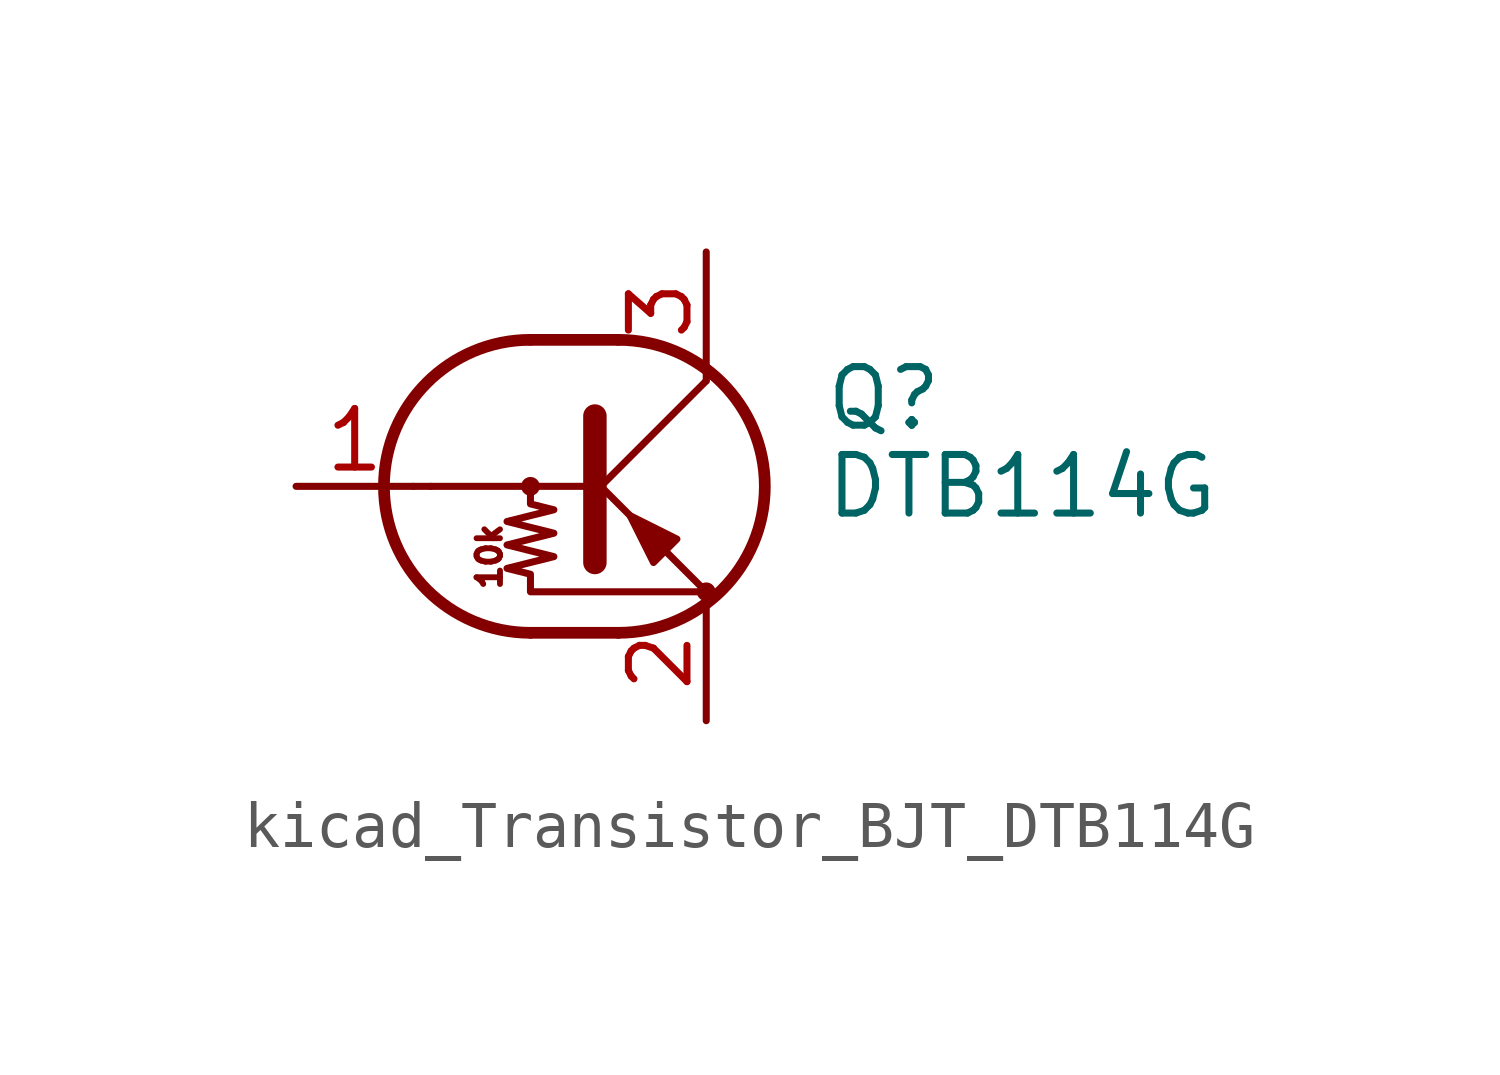
<source format=kicad_sym>
(kicad_symbol_lib
  (version 20220914)
  (generator kicad_symbol_editor)
  (symbol "kicad_Transistor_BJT_DTB114G"
    (pin_names
      (offset 0) hide)
    (property "Reference" "Q"
      (at 5.08 1.905 0)
      (effects (font (size 1.27 1.27)) (justify left)))
    (property "Value" "DTB114G"
      (at 5.08 0 0)
      (effects (font (size 1.27 1.27)) (justify left)))
    (symbol "kicad_Transistor_BJT_DTB114G_0_0"
      (polyline (pts (xy -3.429 0) (xy 0 0)) (stroke (width 0) (type default)) (fill (type none)))
      (text "10k" (at -2.159 -1.524 900) (effects (font (size 0.508 0.508)))))
    (symbol "kicad_Transistor_BJT_DTB114G_0_1"
      (circle (center -1.27 0) (radius 0.127) (stroke (width 0) (type default)) (fill (type none)))
      (arc (start -1.27 3.175) (mid -4.4312 0) (end -1.27 -3.175) (stroke (width 0.254) (type default)) (fill (type none)))
      (polyline (pts (xy -3.429 0) (xy -3.81 0)) (stroke (width 0) (type default)) (fill (type none)))
      (polyline (pts (xy -1.27 -3.175) (xy 0.635 -3.175)) (stroke (width 0.254) (type default)) (fill (type none)))
      (polyline (pts (xy -1.27 3.175) (xy 0.635 3.175)) (stroke (width 0.254) (type default)) (fill (type none)))
      (polyline (pts (xy 0 -0.254) (xy 2.54 2.286)) (stroke (width 0) (type default)) (fill (type none)))
      (polyline (pts (xy 0.127 1.524) (xy 0.127 -1.651)) (stroke (width 0.508) (type default)) (fill (type outline)))
      (polyline (pts (xy 2.54 2.286) (xy 2.54 2.54)) (stroke (width 0) (type default)) (fill (type none)))
      (polyline (pts (xy 2.54 -2.286) (xy 0 0.254) (xy 0 0.254)) (stroke (width 0) (type default)) (fill (type none)))
      (polyline (pts (xy 1.397 -1.651) (xy 1.905 -1.143) (xy 0.889 -0.635) (xy 1.397 -1.651)) (stroke (width 0) (type default)) (fill (type outline)))
      (polyline (pts (xy -1.27 0) (xy -1.27 -0.381) (xy -0.762 -0.508) (xy -1.778 -0.762) (xy -0.762 -1.016) (xy -1.778 -1.27) (xy -0.762 -1.524) (xy -1.778 -1.778) (xy -1.27 -1.905) (xy -1.27 -2.286) (xy 2.54 -2.286)) (stroke (width 0) (type default)) (fill (type none)))
      (arc (start 0.635 -3.175) (mid 3.7962 0) (end 0.635 3.175) (stroke (width 0.254) (type default)) (fill (type none)))
      (circle (center 2.54 -2.286) (radius 0.127) (stroke (width 0) (type default)) (fill (type none))))
    (symbol "kicad_Transistor_BJT_DTB114G_1_1"
      (pin input line (at -6.35 0 0) (length 2.54) (name "B" (effects (font (size 1.27 1.27)))) (number "1" (effects (font (size 1.27 1.27)))))
      (pin passive line (at 2.54 -5.08 90) (length 2.54) (name "E" (effects (font (size 1.27 1.27)))) (number "2" (effects (font (size 1.27 1.27)))))
      (pin passive line (at 2.54 5.08 270) (length 2.54) (name "C" (effects (font (size 1.27 1.27)))) (number "3" (effects (font (size 1.27 1.27))))))))
</source>
